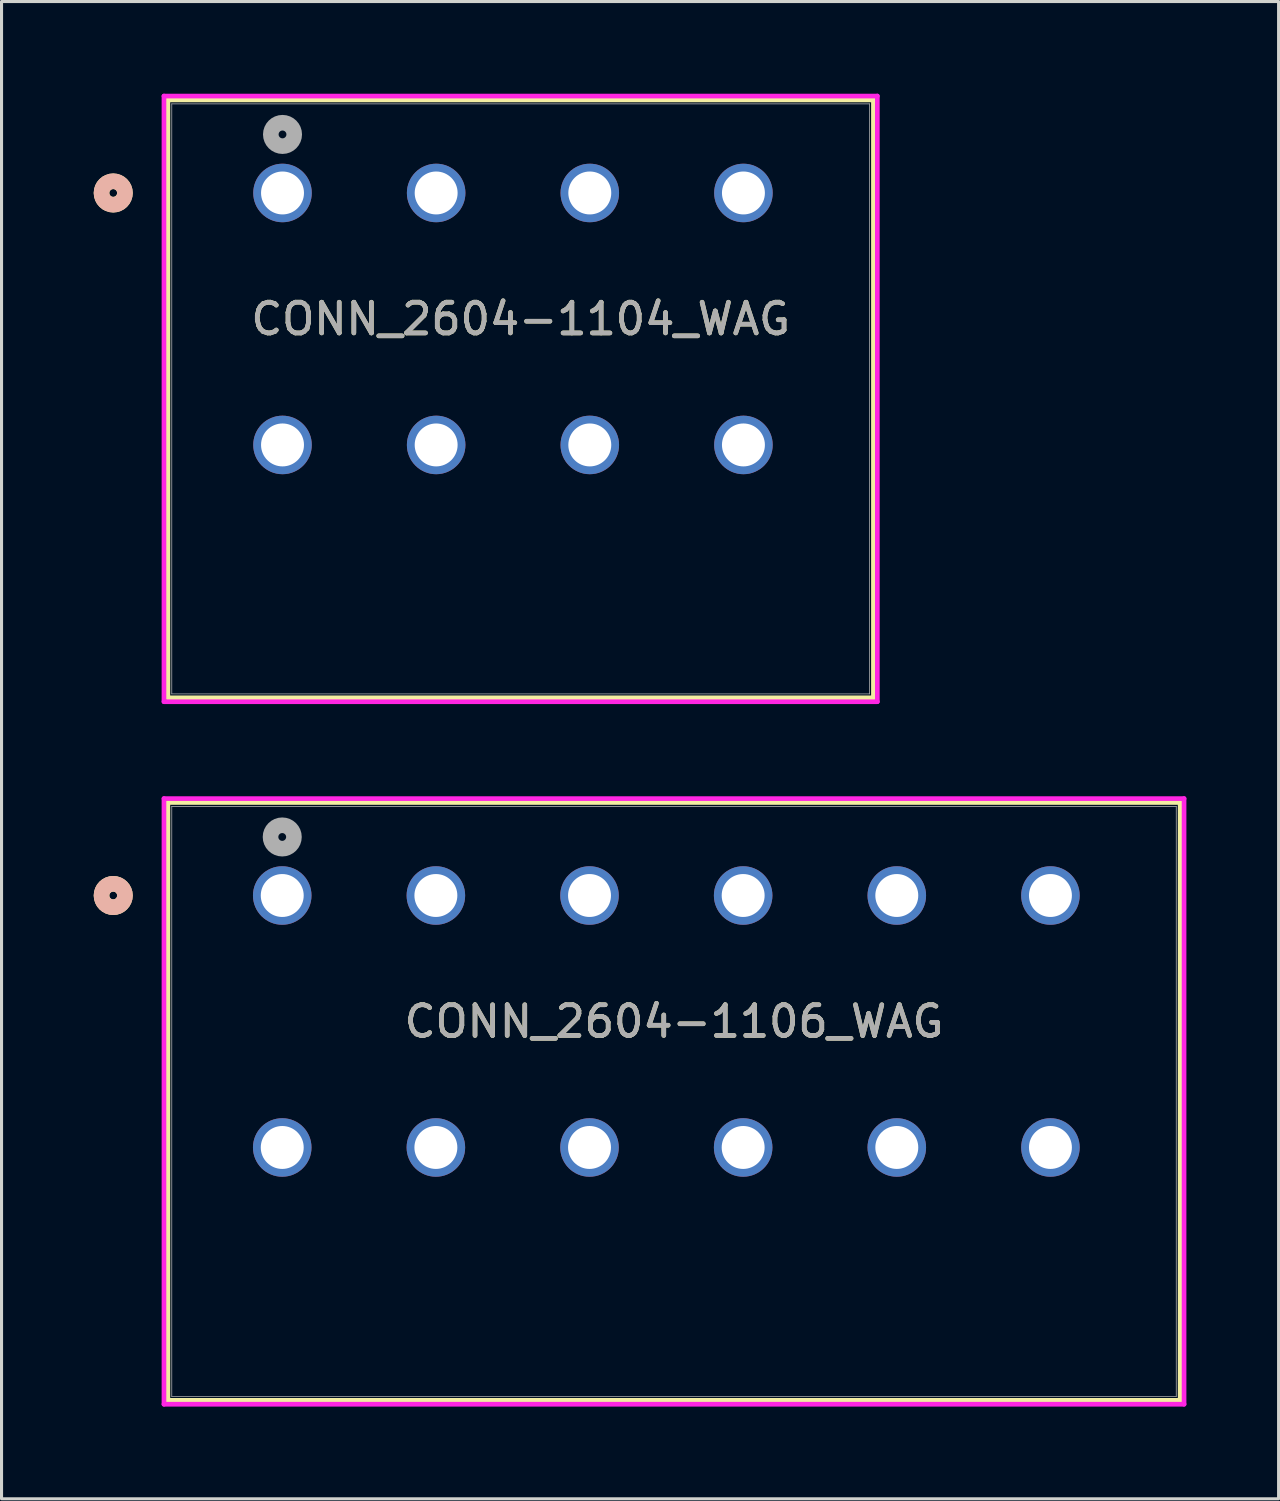
<source format=kicad_pcb>
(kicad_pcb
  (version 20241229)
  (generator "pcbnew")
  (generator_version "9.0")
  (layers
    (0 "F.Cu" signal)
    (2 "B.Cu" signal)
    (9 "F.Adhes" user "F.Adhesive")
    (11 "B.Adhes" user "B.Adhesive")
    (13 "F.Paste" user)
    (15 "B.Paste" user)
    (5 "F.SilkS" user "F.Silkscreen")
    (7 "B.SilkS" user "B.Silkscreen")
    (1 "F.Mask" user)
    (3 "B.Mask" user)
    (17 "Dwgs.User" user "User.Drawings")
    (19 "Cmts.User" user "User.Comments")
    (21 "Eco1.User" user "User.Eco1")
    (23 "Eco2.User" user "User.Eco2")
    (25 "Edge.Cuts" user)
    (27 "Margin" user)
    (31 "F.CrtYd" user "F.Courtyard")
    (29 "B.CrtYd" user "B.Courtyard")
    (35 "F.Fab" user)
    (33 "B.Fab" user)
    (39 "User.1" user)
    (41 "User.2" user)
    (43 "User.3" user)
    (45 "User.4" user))
  (footprint "CONN_2604-1104_WAG"
    (layer "F.Cu")
    (at 6.144 3.23)
    (property "Reference" "CONN_2604-1104_WAG" (at 7.75 4.1 0) (unlocked yes) (layer "F.SilkS") (effects (font (size 1 1) (thickness 0.15))))
    (attr through_hole)
    (fp_line (start -3.731 -3.027) (end -3.731 16.429) (stroke (width 0.152) (type solid)) (layer "F.SilkS"))
    (fp_line (start -3.731 16.429) (end 19.231 16.429) (stroke (width 0.152) (type solid)) (layer "F.SilkS"))
    (fp_line (start 19.231 -3.027) (end -3.731 -3.027) (stroke (width 0.152) (type solid)) (layer "F.SilkS"))
    (fp_line (start 19.231 16.429) (end 19.231 -3.027) (stroke (width 0.152) (type solid)) (layer "F.SilkS"))
    (fp_circle (center -5.509 0) (end -5.128 0) (stroke (width 0.508) (type solid)) (fill no) (layer "F.SilkS"))
    (fp_circle (center -5.509 0) (end -5.128 0) (stroke (width 0.508) (type solid)) (fill no) (layer "B.SilkS"))
    (fp_line (start -3.858 -3.154) (end -3.858 16.556) (stroke (width 0.152) (type solid)) (layer "F.CrtYd"))
    (fp_line (start -3.858 16.556) (end 19.358 16.556) (stroke (width 0.152) (type solid)) (layer "F.CrtYd"))
    (fp_line (start 19.358 -3.154) (end -3.858 -3.154) (stroke (width 0.152) (type solid)) (layer "F.CrtYd"))
    (fp_line (start 19.358 16.556) (end 19.358 -3.154) (stroke (width 0.152) (type solid)) (layer "F.CrtYd"))
    (fp_line (start -3.604 -2.9) (end -3.604 16.302) (stroke (width 0.025) (type solid)) (layer "F.Fab"))
    (fp_line (start -3.604 16.302) (end 19.104 16.302) (stroke (width 0.025) (type solid)) (layer "F.Fab"))
    (fp_line (start 19.104 -2.9) (end -3.604 -2.9) (stroke (width 0.025) (type solid)) (layer "F.Fab"))
    (fp_line (start 19.104 16.302) (end 19.104 -2.9) (stroke (width 0.025) (type solid)) (layer "F.Fab"))
    (fp_circle (center 0 -1.905) (end 0.381 -1.905) (stroke (width 0.508) (type solid)) (fill no) (layer "F.Fab"))
    (fp_text user "${REFERENCE}" (at 7.75 4.1 0) (unlocked yes) (layer "F.Fab") (effects (font (size 1 1) (thickness 0.15))))
    (pad "1_1" thru_hole circle (at 0 0) (size 1.905 1.905) (drill 1.397) (layers "*.Cu" "*.Mask"))
    (pad "1_2" thru_hole circle (at 0 8.2) (size 1.905 1.905) (drill 1.397) (layers "*.Cu" "*.Mask"))
    (pad "2_1" thru_hole circle (at 5 0) (size 1.905 1.905) (drill 1.397) (layers "*.Cu" "*.Mask"))
    (pad "2_2" thru_hole circle (at 5 8.2) (size 1.905 1.905) (drill 1.397) (layers "*.Cu" "*.Mask"))
    (pad "3_1" thru_hole circle (at 10 0) (size 1.905 1.905) (drill 1.397) (layers "*.Cu" "*.Mask"))
    (pad "3_2" thru_hole circle (at 10 8.2) (size 1.905 1.905) (drill 1.397) (layers "*.Cu" "*.Mask"))
    (pad "4_1" thru_hole circle (at 15 0) (size 1.905 1.905) (drill 1.397) (layers "*.Cu" "*.Mask"))
    (pad "4_2" thru_hole circle (at 15 8.2) (size 1.905 1.905) (drill 1.397) (layers "*.Cu" "*.Mask")))
  (footprint "CONN_2604-1106_WAG"
    (layer "F.Cu")
    (at 6.135 26.093)
    (property "Reference" "CONN_2604-1106_WAG" (at 12.75 4.1 0) (unlocked yes) (layer "F.SilkS") (effects (font (size 1 1) (thickness 0.15))))
    (attr through_hole)
    (fp_line (start -3.722 -3.027) (end -3.722 16.429) (stroke (width 0.152) (type solid)) (layer "F.SilkS"))
    (fp_line (start -3.722 16.429) (end 29.222 16.429) (stroke (width 0.152) (type solid)) (layer "F.SilkS"))
    (fp_line (start 29.222 -3.027) (end -3.722 -3.027) (stroke (width 0.152) (type solid)) (layer "F.SilkS"))
    (fp_line (start 29.222 16.429) (end 29.222 -3.027) (stroke (width 0.152) (type solid)) (layer "F.SilkS"))
    (fp_circle (center -5.5 0) (end -5.119 0) (stroke (width 0.508) (type solid)) (fill no) (layer "F.SilkS"))
    (fp_circle (center -5.5 0) (end -5.119 0) (stroke (width 0.508) (type solid)) (fill no) (layer "B.SilkS"))
    (fp_line (start -3.849 -3.154) (end -3.849 16.556) (stroke (width 0.152) (type solid)) (layer "F.CrtYd"))
    (fp_line (start -3.849 16.556) (end 29.349 16.556) (stroke (width 0.152) (type solid)) (layer "F.CrtYd"))
    (fp_line (start 29.349 -3.154) (end -3.849 -3.154) (stroke (width 0.152) (type solid)) (layer "F.CrtYd"))
    (fp_line (start 29.349 16.556) (end 29.349 -3.154) (stroke (width 0.152) (type solid)) (layer "F.CrtYd"))
    (fp_line (start -3.595 -2.9) (end -3.595 16.302) (stroke (width 0.025) (type solid)) (layer "F.Fab"))
    (fp_line (start -3.595 16.302) (end 29.095 16.302) (stroke (width 0.025) (type solid)) (layer "F.Fab"))
    (fp_line (start 29.095 -2.9) (end -3.595 -2.9) (stroke (width 0.025) (type solid)) (layer "F.Fab"))
    (fp_line (start 29.095 16.302) (end 29.095 -2.9) (stroke (width 0.025) (type solid)) (layer "F.Fab"))
    (fp_circle (center 0 -1.905) (end 0.381 -1.905) (stroke (width 0.508) (type solid)) (fill no) (layer "F.Fab"))
    (fp_text user "${REFERENCE}" (at 12.75 4.1 0) (unlocked yes) (layer "F.Fab") (effects (font (size 1 1) (thickness 0.15))))
    (pad "1_1" thru_hole circle (at 0 0) (size 1.905 1.905) (drill 1.397) (layers "*.Cu" "*.Mask"))
    (pad "1_2" thru_hole circle (at 0 8.2) (size 1.905 1.905) (drill 1.397) (layers "*.Cu" "*.Mask"))
    (pad "2_1" thru_hole circle (at 5 0) (size 1.905 1.905) (drill 1.397) (layers "*.Cu" "*.Mask"))
    (pad "2_2" thru_hole circle (at 5 8.2) (size 1.905 1.905) (drill 1.397) (layers "*.Cu" "*.Mask"))
    (pad "3_1" thru_hole circle (at 10 0) (size 1.905 1.905) (drill 1.397) (layers "*.Cu" "*.Mask"))
    (pad "3_2" thru_hole circle (at 10 8.2) (size 1.905 1.905) (drill 1.397) (layers "*.Cu" "*.Mask"))
    (pad "4_1" thru_hole circle (at 15 0) (size 1.905 1.905) (drill 1.397) (layers "*.Cu" "*.Mask"))
    (pad "4_2" thru_hole circle (at 15 8.2) (size 1.905 1.905) (drill 1.397) (layers "*.Cu" "*.Mask"))
    (pad "5_1" thru_hole circle (at 20 0) (size 1.905 1.905) (drill 1.397) (layers "*.Cu" "*.Mask"))
    (pad "5_2" thru_hole circle (at 20 8.2) (size 1.905 1.905) (drill 1.397) (layers "*.Cu" "*.Mask"))
    (pad "6_1" thru_hole circle (at 25 0) (size 1.905 1.905) (drill 1.397) (layers "*.Cu" "*.Mask"))
    (pad "6_2" thru_hole circle (at 25 8.2) (size 1.905 1.905) (drill 1.397) (layers "*.Cu" "*.Mask")))
  (gr_rect
    (start -3 -3)
    (end 38.56 45.726)
    (stroke (width 0.1) (type default))
    (fill no)
    (layer "Edge.Cuts")))
</source>
